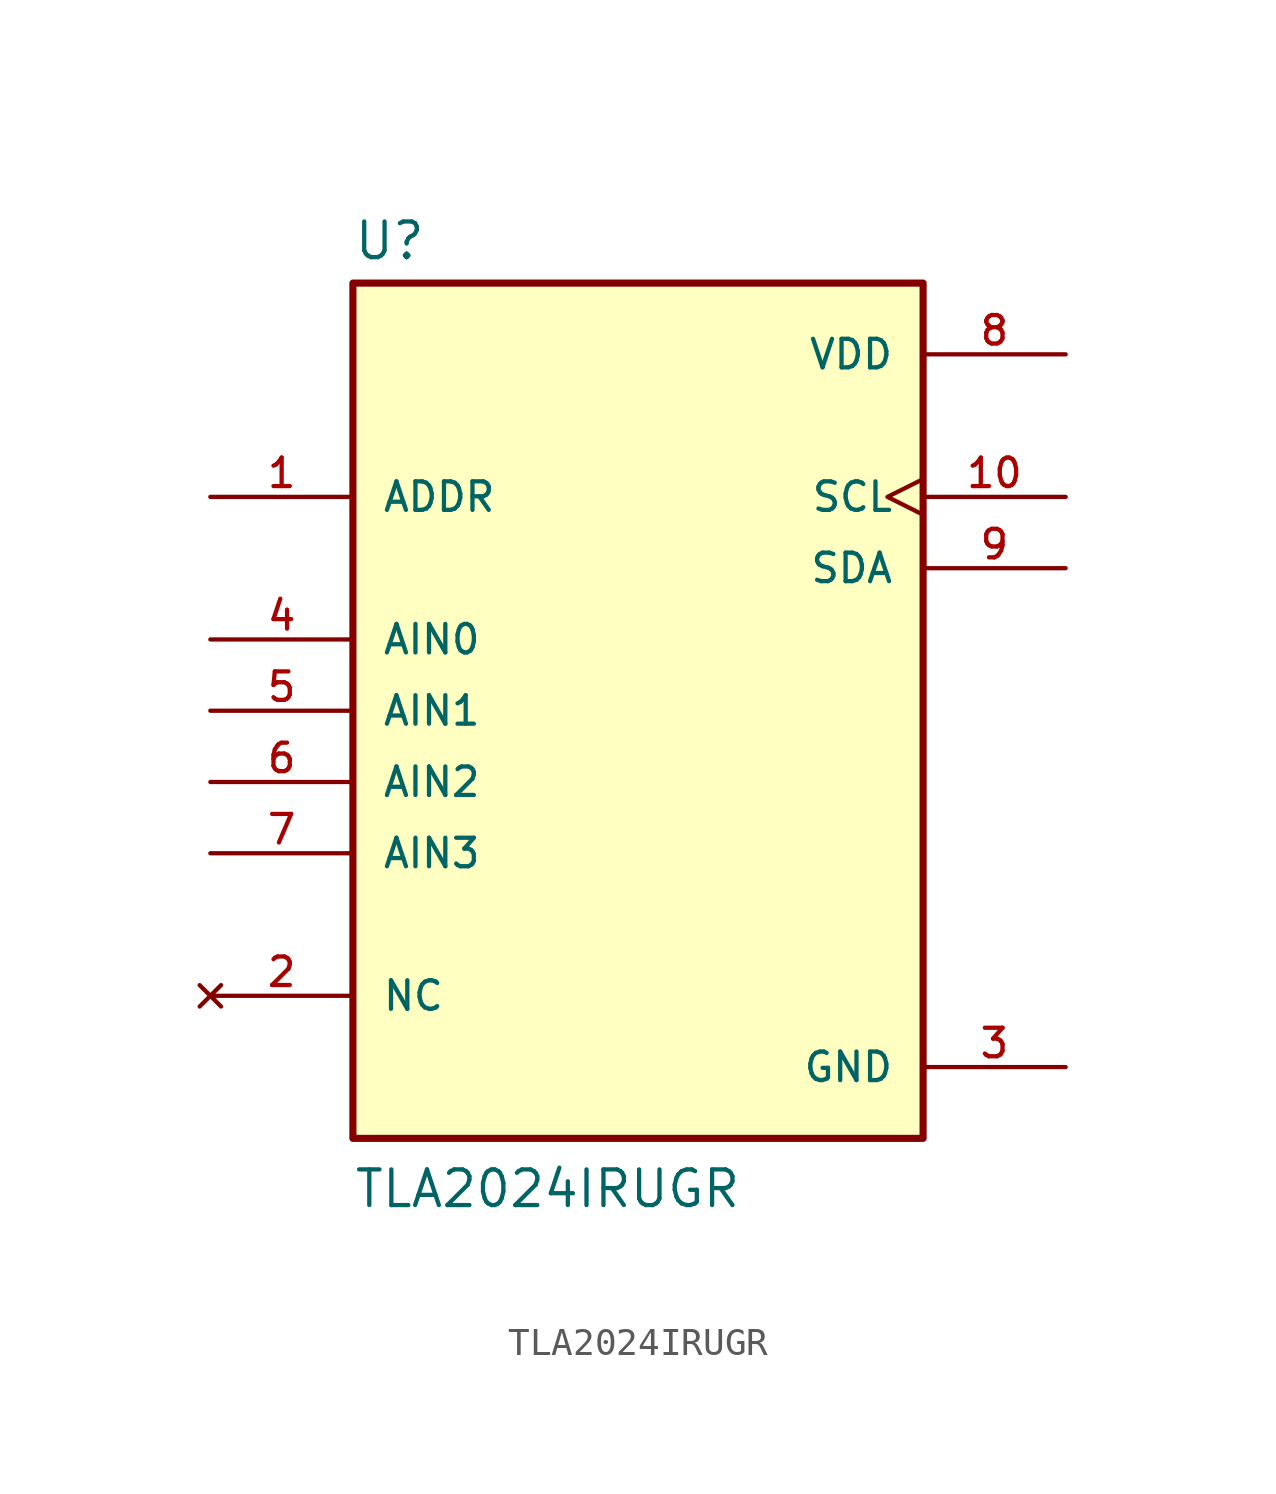
<source format=kicad_sym>
(kicad_symbol_lib
  (version 20241209)
  (generator "kicad_symbol_editor")
  (generator_version "9.0")
  (symbol "TLA2024IRUGR"
    (pin_names
      (offset 1.016))
    (property "Reference" "U"
      (at -10.16 16.002 0)
      (effects (font (size 1.27 1.27)) (justify left bottom)))
    (property "Value" "TLA2024IRUGR"
      (at -10.16 -17.78 0)
      (effects (font (size 1.27 1.27)) (justify left bottom)))
    (symbol "TLA2024IRUGR_0_0"
      (rectangle (start -10.16 -15.24) (end 10.16 15.24) (stroke (width 0.254) (type default)) (fill (type background)))
      (pin input line (at -15.24 7.62 0) (length 5.08) (name "ADDR" (effects (font (size 1.016 1.016)))) (number "1" (effects (font (size 1.016 1.016)))))
      (pin input line (at -15.24 2.54 0) (length 5.08) (name "AIN0" (effects (font (size 1.016 1.016)))) (number "4" (effects (font (size 1.016 1.016)))))
      (pin input line (at -15.24 0 0) (length 5.08) (name "AIN1" (effects (font (size 1.016 1.016)))) (number "5" (effects (font (size 1.016 1.016)))))
      (pin input line (at -15.24 -2.54 0) (length 5.08) (name "AIN2" (effects (font (size 1.016 1.016)))) (number "6" (effects (font (size 1.016 1.016)))))
      (pin input line (at -15.24 -5.08 0) (length 5.08) (name "AIN3" (effects (font (size 1.016 1.016)))) (number "7" (effects (font (size 1.016 1.016)))))
      (pin no_connect line (at -15.24 -10.16 0) (length 5.08) (name "NC" (effects (font (size 1.016 1.016)))) (number "2" (effects (font (size 1.016 1.016)))))
      (pin power_in line (at 15.24 12.7 180) (length 5.08) (name "VDD" (effects (font (size 1.016 1.016)))) (number "8" (effects (font (size 1.016 1.016)))))
      (pin input clock (at 15.24 7.62 180) (length 5.08) (name "SCL" (effects (font (size 1.016 1.016)))) (number "10" (effects (font (size 1.016 1.016)))))
      (pin bidirectional line (at 15.24 5.08 180) (length 5.08) (name "SDA" (effects (font (size 1.016 1.016)))) (number "9" (effects (font (size 1.016 1.016)))))
      (pin power_in line (at 15.24 -12.7 180) (length 5.08) (name "GND" (effects (font (size 1.016 1.016)))) (number "3" (effects (font (size 1.016 1.016))))))))
</source>
